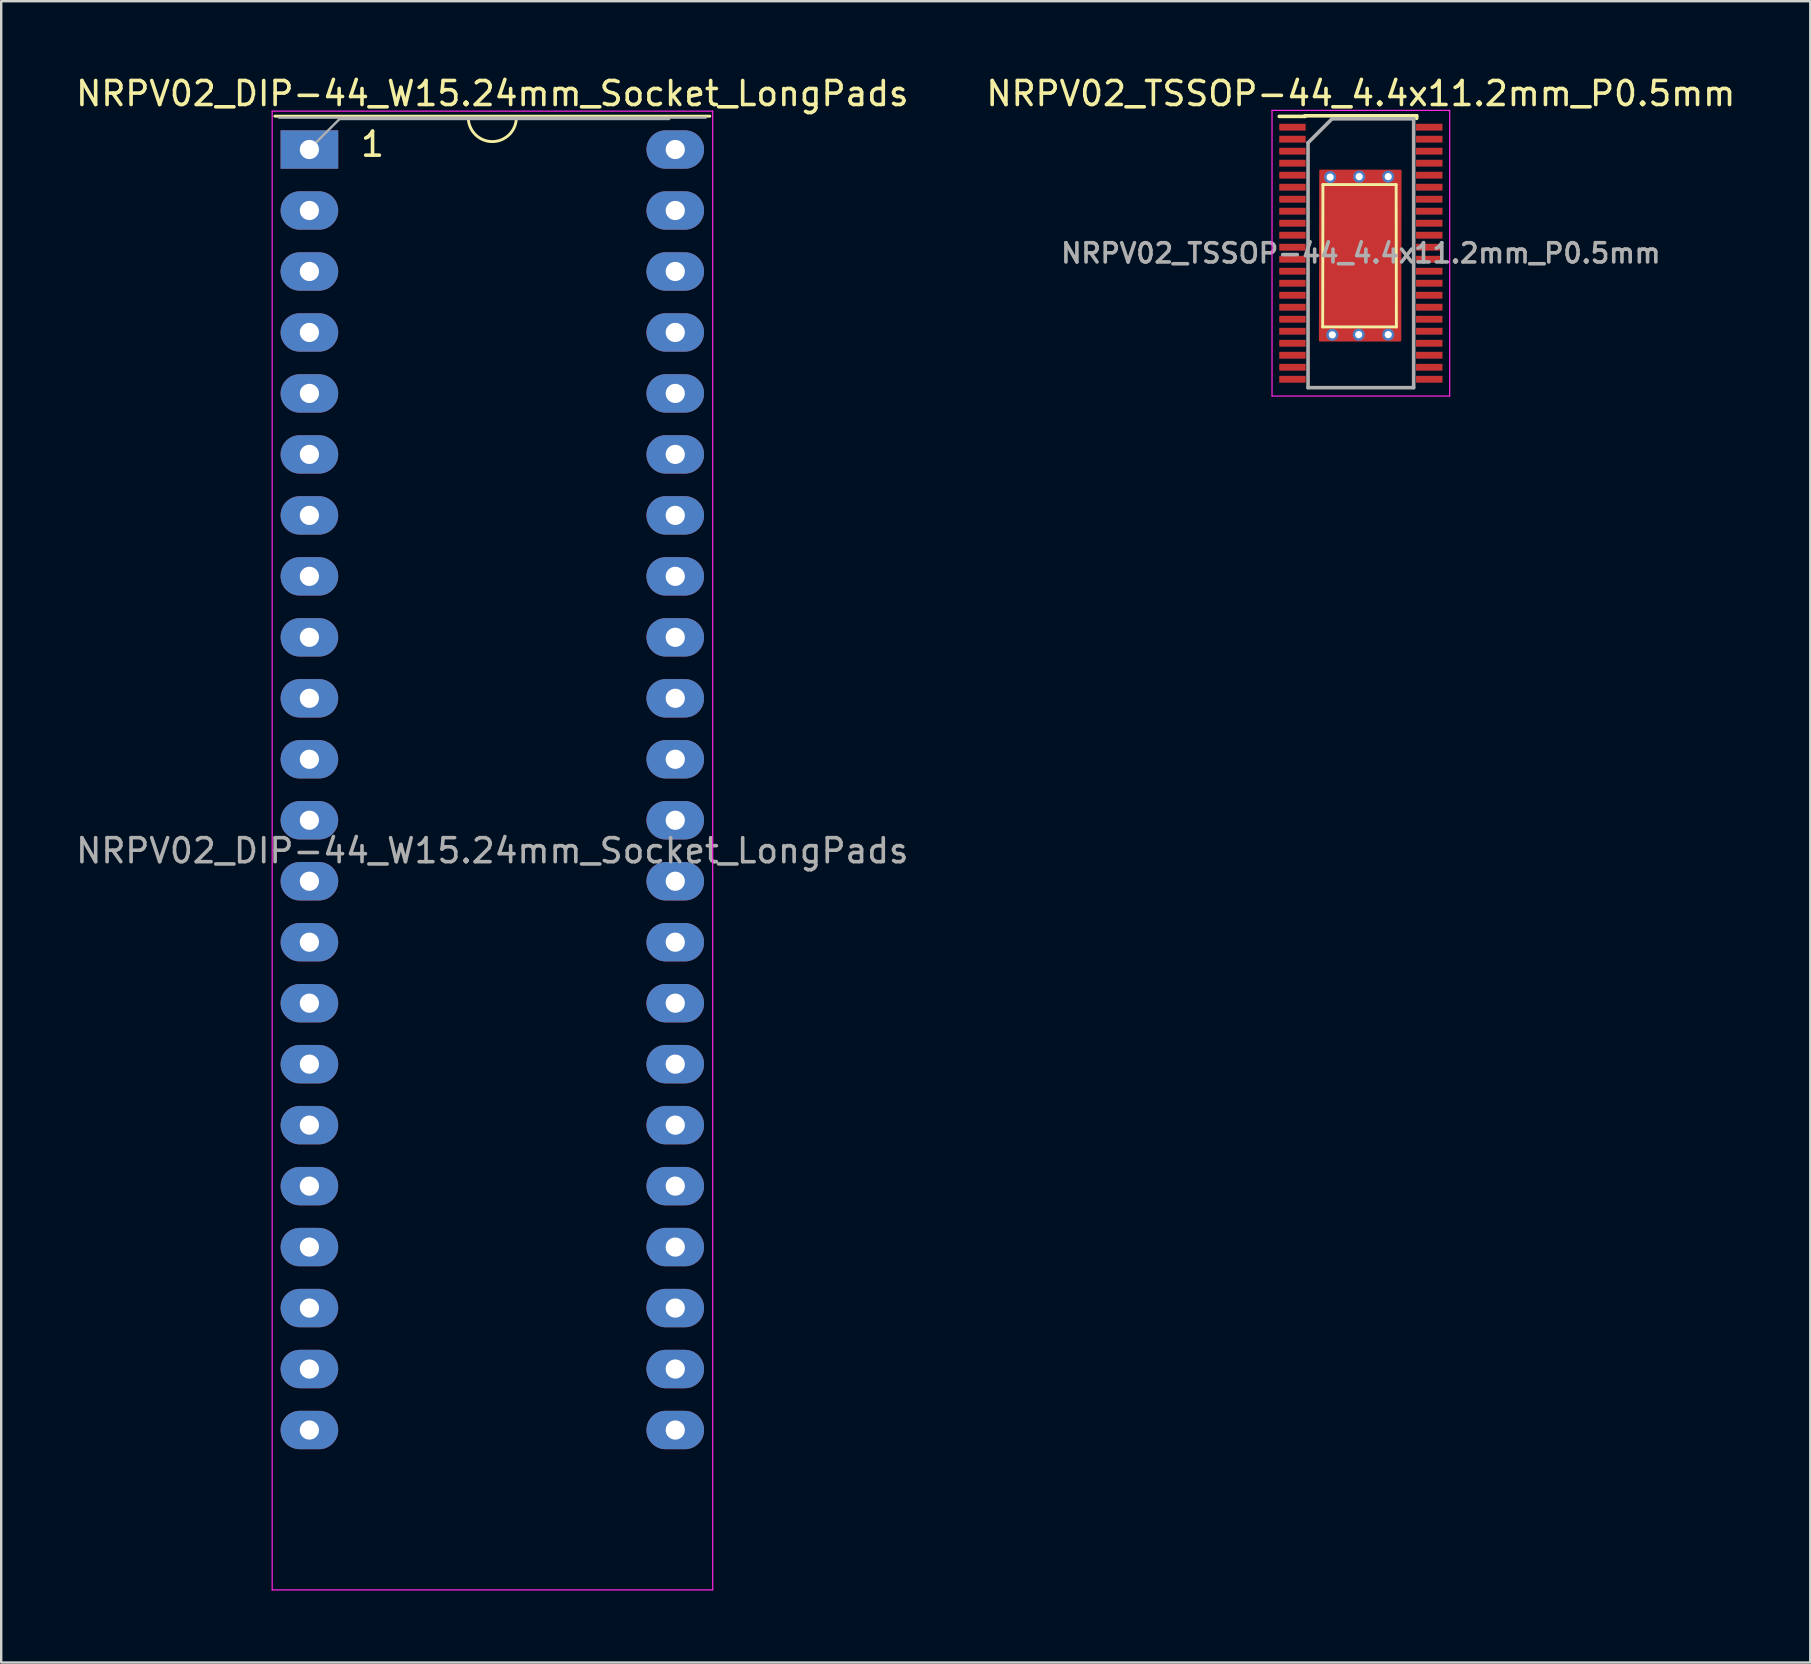
<source format=kicad_pcb>
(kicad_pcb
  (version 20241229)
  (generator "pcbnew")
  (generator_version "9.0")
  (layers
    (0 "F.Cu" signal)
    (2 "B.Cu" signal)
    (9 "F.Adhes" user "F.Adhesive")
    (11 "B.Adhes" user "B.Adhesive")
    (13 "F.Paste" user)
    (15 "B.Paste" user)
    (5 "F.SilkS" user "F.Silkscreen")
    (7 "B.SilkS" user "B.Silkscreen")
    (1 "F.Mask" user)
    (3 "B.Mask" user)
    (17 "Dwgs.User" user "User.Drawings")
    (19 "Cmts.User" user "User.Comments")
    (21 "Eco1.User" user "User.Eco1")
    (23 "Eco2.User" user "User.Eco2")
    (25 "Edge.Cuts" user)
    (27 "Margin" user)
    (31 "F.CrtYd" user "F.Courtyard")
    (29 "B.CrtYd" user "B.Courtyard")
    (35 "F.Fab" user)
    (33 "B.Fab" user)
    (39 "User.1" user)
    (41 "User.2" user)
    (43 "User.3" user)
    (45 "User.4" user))
  (footprint "NRPV02_DIP-44_W15.24mm_Socket_LongPads"
    (layer "F.Cu")
    (at 9.838 3.178)
    (property "Reference" "NRPV02_DIP-44_W15.24mm_Socket_LongPads" (at 7.62 -2.33 0) (layer "F.SilkS") (effects (font (size 1 1) (thickness 0.15))))
    (attr through_hole)
    (fp_line (start 6.62 -1.33) (end 1.56 -1.33) (stroke (width 0.12) (type solid)) (layer "F.SilkS"))
    (fp_line (start 13.68 -1.33) (end 8.62 -1.33) (stroke (width 0.12) (type solid)) (layer "F.SilkS"))
    (fp_line (start 16.68 -1.39) (end -1.44 -1.39) (stroke (width 0.12) (type solid)) (layer "F.SilkS"))
    (fp_arc (start 8.62 -1.33) (mid 7.62 -0.33) (end 6.62 -1.33) (stroke (width 0.12) (type solid)) (layer "F.SilkS"))
    (fp_line (start -1.55 -1.6) (end -1.55 60) (stroke (width 0.05) (type solid)) (layer "F.CrtYd"))
    (fp_line (start -1.55 60) (end 16.8 60) (stroke (width 0.05) (type solid)) (layer "F.CrtYd"))
    (fp_line (start 16.8 -1.6) (end -1.55 -1.6) (stroke (width 0.05) (type solid)) (layer "F.CrtYd"))
    (fp_line (start 16.8 60) (end 16.8 -1.6) (stroke (width 0.05) (type solid)) (layer "F.CrtYd"))
    (fp_line (start 0.255 -0.27) (end 1.255 -1.27) (stroke (width 0.1) (type solid)) (layer "F.Fab"))
    (fp_line (start 1.255 -1.27) (end 14.985 -1.27) (stroke (width 0.1) (type solid)) (layer "F.Fab"))
    (fp_line (start 16.51 -1.33) (end -1.27 -1.33) (stroke (width 0.1) (type solid)) (layer "F.Fab"))
    (fp_text user "1" (at 2.63 -0.22 0) (layer "F.SilkS") (effects (font (size 1 1) (thickness 0.15))))
    (fp_text user "${REFERENCE}" (at 7.62 29.21 0) (layer "F.Fab") (effects (font (size 1 1) (thickness 0.15))))
    (pad "1" thru_hole rect (at 0 0) (size 2.4 1.6) (drill 0.8) (layers "*.Cu" "*.Mask"))
    (pad "2" thru_hole oval (at 0 2.54) (size 2.4 1.6) (drill 0.8) (layers "*.Cu" "*.Mask"))
    (pad "3" thru_hole oval (at 0 5.08) (size 2.4 1.6) (drill 0.8) (layers "*.Cu" "*.Mask"))
    (pad "4" thru_hole oval (at 0 7.62) (size 2.4 1.6) (drill 0.8) (layers "*.Cu" "*.Mask"))
    (pad "5" thru_hole oval (at 0 10.16) (size 2.4 1.6) (drill 0.8) (layers "*.Cu" "*.Mask"))
    (pad "6" thru_hole oval (at 0 12.7) (size 2.4 1.6) (drill 0.8) (layers "*.Cu" "*.Mask"))
    (pad "7" thru_hole oval (at 0 15.24) (size 2.4 1.6) (drill 0.8) (layers "*.Cu" "*.Mask"))
    (pad "8" thru_hole oval (at 0 17.78) (size 2.4 1.6) (drill 0.8) (layers "*.Cu" "*.Mask"))
    (pad "9" thru_hole oval (at 0 20.32) (size 2.4 1.6) (drill 0.8) (layers "*.Cu" "*.Mask"))
    (pad "10" thru_hole oval (at 0 22.86) (size 2.4 1.6) (drill 0.8) (layers "*.Cu" "*.Mask"))
    (pad "11" thru_hole oval (at 0 25.4) (size 2.4 1.6) (drill 0.8) (layers "*.Cu" "*.Mask"))
    (pad "12" thru_hole oval (at 0 27.94) (size 2.4 1.6) (drill 0.8) (layers "*.Cu" "*.Mask"))
    (pad "13" thru_hole oval (at 0 30.48) (size 2.4 1.6) (drill 0.8) (layers "*.Cu" "*.Mask"))
    (pad "14" thru_hole oval (at 0 33.02) (size 2.4 1.6) (drill 0.8) (layers "*.Cu" "*.Mask"))
    (pad "15" thru_hole oval (at 0 35.56) (size 2.4 1.6) (drill 0.8) (layers "*.Cu" "*.Mask"))
    (pad "16" thru_hole oval (at 0 38.1) (size 2.4 1.6) (drill 0.8) (layers "*.Cu" "*.Mask"))
    (pad "17" thru_hole oval (at 0 40.64) (size 2.4 1.6) (drill 0.8) (layers "*.Cu" "*.Mask"))
    (pad "18" thru_hole oval (at 0 43.18) (size 2.4 1.6) (drill 0.8) (layers "*.Cu" "*.Mask"))
    (pad "19" thru_hole oval (at 0 45.72) (size 2.4 1.6) (drill 0.8) (layers "*.Cu" "*.Mask"))
    (pad "20" thru_hole oval (at 0 48.26) (size 2.4 1.6) (drill 0.8) (layers "*.Cu" "*.Mask"))
    (pad "21" thru_hole oval (at 0 50.8) (size 2.4 1.6) (drill 0.8) (layers "*.Cu" "*.Mask"))
    (pad "22" thru_hole oval (at 0 53.34) (size 2.4 1.6) (drill 0.8) (layers "*.Cu" "*.Mask"))
    (pad "23" thru_hole oval (at 15.24 53.34) (size 2.4 1.6) (drill 0.8) (layers "*.Cu" "*.Mask"))
    (pad "24" thru_hole oval (at 15.24 50.8) (size 2.4 1.6) (drill 0.8) (layers "*.Cu" "*.Mask"))
    (pad "25" thru_hole oval (at 15.24 48.26) (size 2.4 1.6) (drill 0.8) (layers "*.Cu" "*.Mask"))
    (pad "26" thru_hole oval (at 15.24 45.72) (size 2.4 1.6) (drill 0.8) (layers "*.Cu" "*.Mask"))
    (pad "27" thru_hole oval (at 15.24 43.18) (size 2.4 1.6) (drill 0.8) (layers "*.Cu" "*.Mask"))
    (pad "28" thru_hole oval (at 15.24 40.64) (size 2.4 1.6) (drill 0.8) (layers "*.Cu" "*.Mask"))
    (pad "29" thru_hole oval (at 15.24 38.1) (size 2.4 1.6) (drill 0.8) (layers "*.Cu" "*.Mask"))
    (pad "30" thru_hole oval (at 15.24 35.56) (size 2.4 1.6) (drill 0.8) (layers "*.Cu" "*.Mask"))
    (pad "31" thru_hole oval (at 15.24 33.02) (size 2.4 1.6) (drill 0.8) (layers "*.Cu" "*.Mask"))
    (pad "32" thru_hole oval (at 15.24 30.48) (size 2.4 1.6) (drill 0.8) (layers "*.Cu" "*.Mask"))
    (pad "33" thru_hole oval (at 15.24 27.94) (size 2.4 1.6) (drill 0.8) (layers "*.Cu" "*.Mask"))
    (pad "34" thru_hole oval (at 15.24 25.4) (size 2.4 1.6) (drill 0.8) (layers "*.Cu" "*.Mask"))
    (pad "35" thru_hole oval (at 15.24 22.86) (size 2.4 1.6) (drill 0.8) (layers "*.Cu" "*.Mask"))
    (pad "36" thru_hole oval (at 15.24 20.32) (size 2.4 1.6) (drill 0.8) (layers "*.Cu" "*.Mask"))
    (pad "37" thru_hole oval (at 15.24 17.78) (size 2.4 1.6) (drill 0.8) (layers "*.Cu" "*.Mask"))
    (pad "38" thru_hole oval (at 15.24 15.24) (size 2.4 1.6) (drill 0.8) (layers "*.Cu" "*.Mask"))
    (pad "39" thru_hole oval (at 15.24 12.7) (size 2.4 1.6) (drill 0.8) (layers "*.Cu" "*.Mask"))
    (pad "40" thru_hole oval (at 15.24 10.16) (size 2.4 1.6) (drill 0.8) (layers "*.Cu" "*.Mask"))
    (pad "41" thru_hole oval (at 15.24 7.62) (size 2.4 1.6) (drill 0.8) (layers "*.Cu" "*.Mask"))
    (pad "42" thru_hole oval (at 15.24 5.08) (size 2.4 1.6) (drill 0.8) (layers "*.Cu" "*.Mask"))
    (pad "43" thru_hole oval (at 15.24 2.54) (size 2.4 1.6) (drill 0.8) (layers "*.Cu" "*.Mask"))
    (pad "44" thru_hole oval (at 15.24 0) (size 2.4 1.6) (drill 0.8) (layers "*.Cu" "*.Mask")))
  (footprint "NRPV02_TSSOP-44_4.4x11.2mm_P0.5mm"
    (layer "F.Cu")
    (at 53.637 7.498)
    (property "Reference" "NRPV02_TSSOP-44_4.4x11.2mm_P0.5mm" (at 0 -6.65 0) (layer "F.SilkS") (effects (font (size 1 1) (thickness 0.15))))
    (attr smd)
    (fp_poly (pts (xy -1.683 -3.43) (xy 1.647 -3.43) (xy 1.633 3.63) (xy -1.698 3.63)) (stroke (width 0.1) (type solid)) (fill yes) (layer "F.Cu"))
    (fp_poly (pts (xy -1.52 -2.76) (xy 1.39 -2.76) (xy 1.39 2.99) (xy -1.52 2.99)) (stroke (width 0.1) (type solid)) (fill yes) (layer "F.Mask"))
    (fp_line (start -2.325 -5.725) (end -2.325 -5.7) (stroke (width 0.15) (type solid)) (layer "F.SilkS"))
    (fp_line (start -2.325 -5.725) (end 2.325 -5.725) (stroke (width 0.15) (type solid)) (layer "F.SilkS"))
    (fp_line (start -2.325 -5.7) (end -3.4 -5.7) (stroke (width 0.15) (type solid)) (layer "F.SilkS"))
    (fp_line (start -1.59 3.07) (end -1.58 -2.86) (stroke (width 0.12) (type solid)) (layer "F.SilkS"))
    (fp_line (start -1.58 -2.86) (end 1.47 -2.86) (stroke (width 0.12) (type solid)) (layer "F.SilkS"))
    (fp_line (start 1.47 -2.86) (end 1.48 3.07) (stroke (width 0.12) (type solid)) (layer "F.SilkS"))
    (fp_line (start 1.48 3.07) (end -1.59 3.07) (stroke (width 0.12) (type solid)) (layer "F.SilkS"))
    (fp_line (start 2.325 -5.725) (end 2.325 -5.617) (stroke (width 0.15) (type solid)) (layer "F.SilkS"))
    (fp_line (start -3.7 -5.95) (end -3.7 5.95) (stroke (width 0.05) (type solid)) (layer "F.CrtYd"))
    (fp_line (start -3.7 -5.95) (end 3.7 -5.95) (stroke (width 0.05) (type solid)) (layer "F.CrtYd"))
    (fp_line (start -3.7 5.95) (end 3.7 5.95) (stroke (width 0.05) (type solid)) (layer "F.CrtYd"))
    (fp_line (start 3.7 -5.95) (end 3.7 5.95) (stroke (width 0.05) (type solid)) (layer "F.CrtYd"))
    (fp_line (start -2.2 -4.6) (end -1.2 -5.6) (stroke (width 0.15) (type solid)) (layer "F.Fab"))
    (fp_line (start -2.2 5.6) (end -2.2 -4.6) (stroke (width 0.15) (type solid)) (layer "F.Fab"))
    (fp_line (start -1.2 -5.6) (end 2.2 -5.6) (stroke (width 0.15) (type solid)) (layer "F.Fab"))
    (fp_line (start 2.2 -5.6) (end 2.2 5.6) (stroke (width 0.15) (type solid)) (layer "F.Fab"))
    (fp_line (start 2.2 5.6) (end -2.2 5.6) (stroke (width 0.15) (type solid)) (layer "F.Fab"))
    (fp_text user "${REFERENCE}" (at 0 0 0) (layer "F.Fab") (effects (font (size 0.8 0.8) (thickness 0.15))))
    (pad "1" smd rect (at -2.85 -5.25) (size 1.1 0.285) (layers "F.Cu" "F.Mask" "F.Paste"))
    (pad "1" thru_hole circle (at -1.28 -3.17) (size 0.5 0.5) (drill 0.3) (layers "*.Cu" "*.Mask"))
    (pad "1" thru_hole circle (at -1.19 3.4) (size 0.5 0.5) (drill 0.3) (layers "*.Cu" "*.Mask"))
    (pad "1" thru_hole circle (at -0.09 3.39) (size 0.5 0.5) (drill 0.3) (layers "*.Cu" "*.Mask"))
    (pad "1" thru_hole circle (at -0.07 -3.19) (size 0.5 0.5) (drill 0.3) (layers "*.Cu" "*.Mask"))
    (pad "1" thru_hole circle (at 1.14 -3.19) (size 0.5 0.5) (drill 0.3) (layers "*.Cu" "*.Mask"))
    (pad "1" thru_hole circle (at 1.14 3.39) (size 0.5 0.5) (drill 0.3) (layers "*.Cu" "*.Mask"))
    (pad "2" smd rect (at -2.85 -4.75) (size 1.1 0.285) (layers "F.Cu" "F.Mask" "F.Paste"))
    (pad "3" smd rect (at -2.85 -4.25) (size 1.1 0.285) (layers "F.Cu" "F.Mask" "F.Paste"))
    (pad "4" smd rect (at -2.85 -3.75) (size 1.1 0.285) (layers "F.Cu" "F.Mask" "F.Paste"))
    (pad "5" smd rect (at -2.85 -3.25) (size 1.1 0.285) (layers "F.Cu" "F.Mask" "F.Paste"))
    (pad "6" smd rect (at -2.85 -2.75) (size 1.1 0.285) (layers "F.Cu" "F.Mask" "F.Paste"))
    (pad "7" smd rect (at -2.85 -2.25) (size 1.1 0.285) (layers "F.Cu" "F.Mask" "F.Paste"))
    (pad "8" smd rect (at -2.85 -1.75) (size 1.1 0.285) (layers "F.Cu" "F.Mask" "F.Paste"))
    (pad "9" smd rect (at -2.85 -1.25) (size 1.1 0.285) (layers "F.Cu" "F.Mask" "F.Paste"))
    (pad "10" smd rect (at -2.85 -0.75) (size 1.1 0.285) (layers "F.Cu" "F.Mask" "F.Paste"))
    (pad "11" smd rect (at -2.85 -0.25) (size 1.1 0.285) (layers "F.Cu" "F.Mask" "F.Paste"))
    (pad "12" smd rect (at -2.85 0.25) (size 1.1 0.285) (layers "F.Cu" "F.Mask" "F.Paste"))
    (pad "13" smd rect (at -2.85 0.75) (size 1.1 0.285) (layers "F.Cu" "F.Mask" "F.Paste"))
    (pad "14" smd rect (at -2.85 1.25) (size 1.1 0.285) (layers "F.Cu" "F.Mask" "F.Paste"))
    (pad "15" smd rect (at -2.85 1.75) (size 1.1 0.285) (layers "F.Cu" "F.Mask" "F.Paste"))
    (pad "16" smd rect (at -2.85 2.25) (size 1.1 0.285) (layers "F.Cu" "F.Mask" "F.Paste"))
    (pad "17" smd rect (at -2.85 2.75) (size 1.1 0.285) (layers "F.Cu" "F.Mask" "F.Paste"))
    (pad "18" smd rect (at -2.85 3.25) (size 1.1 0.285) (layers "F.Cu" "F.Mask" "F.Paste"))
    (pad "19" smd rect (at -2.85 3.75) (size 1.1 0.285) (layers "F.Cu" "F.Mask" "F.Paste"))
    (pad "20" smd rect (at -2.85 4.25) (size 1.1 0.285) (layers "F.Cu" "F.Mask" "F.Paste"))
    (pad "21" smd rect (at -2.85 4.75) (size 1.1 0.285) (layers "F.Cu" "F.Mask" "F.Paste"))
    (pad "22" smd rect (at -2.85 5.25) (size 1.1 0.285) (layers "F.Cu" "F.Mask" "F.Paste"))
    (pad "23" smd rect (at 2.85 5.25) (size 1.1 0.285) (layers "F.Cu" "F.Mask" "F.Paste"))
    (pad "24" smd rect (at 2.85 4.75) (size 1.1 0.285) (layers "F.Cu" "F.Mask" "F.Paste"))
    (pad "25" smd rect (at 2.85 4.25) (size 1.1 0.285) (layers "F.Cu" "F.Mask" "F.Paste"))
    (pad "26" smd rect (at 2.85 3.75) (size 1.1 0.285) (layers "F.Cu" "F.Mask" "F.Paste"))
    (pad "27" smd rect (at 2.85 3.25) (size 1.1 0.285) (layers "F.Cu" "F.Mask" "F.Paste"))
    (pad "28" smd rect (at 2.85 2.75) (size 1.1 0.285) (layers "F.Cu" "F.Mask" "F.Paste"))
    (pad "29" smd rect (at 2.85 2.25) (size 1.1 0.285) (layers "F.Cu" "F.Mask" "F.Paste"))
    (pad "30" smd rect (at 2.85 1.75) (size 1.1 0.285) (layers "F.Cu" "F.Mask" "F.Paste"))
    (pad "31" smd rect (at 2.85 1.25) (size 1.1 0.285) (layers "F.Cu" "F.Mask" "F.Paste"))
    (pad "32" smd rect (at 2.85 0.75) (size 1.1 0.285) (layers "F.Cu" "F.Mask" "F.Paste"))
    (pad "33" smd rect (at 2.85 0.25) (size 1.1 0.285) (layers "F.Cu" "F.Mask" "F.Paste"))
    (pad "34" smd rect (at 2.85 -0.25) (size 1.1 0.285) (layers "F.Cu" "F.Mask" "F.Paste"))
    (pad "35" smd rect (at 2.85 -0.75) (size 1.1 0.285) (layers "F.Cu" "F.Mask" "F.Paste"))
    (pad "36" smd rect (at 2.85 -1.25) (size 1.1 0.285) (layers "F.Cu" "F.Mask" "F.Paste"))
    (pad "37" smd rect (at 2.85 -1.75) (size 1.1 0.285) (layers "F.Cu" "F.Mask" "F.Paste"))
    (pad "38" smd rect (at 2.85 -2.25) (size 1.1 0.285) (layers "F.Cu" "F.Mask" "F.Paste"))
    (pad "39" smd rect (at 2.85 -2.75) (size 1.1 0.285) (layers "F.Cu" "F.Mask" "F.Paste"))
    (pad "40" smd rect (at 2.85 -3.25) (size 1.1 0.285) (layers "F.Cu" "F.Mask" "F.Paste"))
    (pad "41" smd rect (at 2.85 -3.75) (size 1.1 0.285) (layers "F.Cu" "F.Mask" "F.Paste"))
    (pad "42" smd rect (at 2.85 -4.25) (size 1.1 0.285) (layers "F.Cu" "F.Mask" "F.Paste"))
    (pad "43" smd rect (at 2.85 -4.75) (size 1.1 0.285) (layers "F.Cu" "F.Mask" "F.Paste"))
    (pad "44" smd rect (at 2.85 -5.25) (size 1.1 0.285) (layers "F.Cu" "F.Mask" "F.Paste")))
  (gr_rect
    (start -3 -3)
    (end 72.357 66.203)
    (stroke (width 0.1) (type default))
    (fill no)
    (layer "Edge.Cuts")))
</source>
